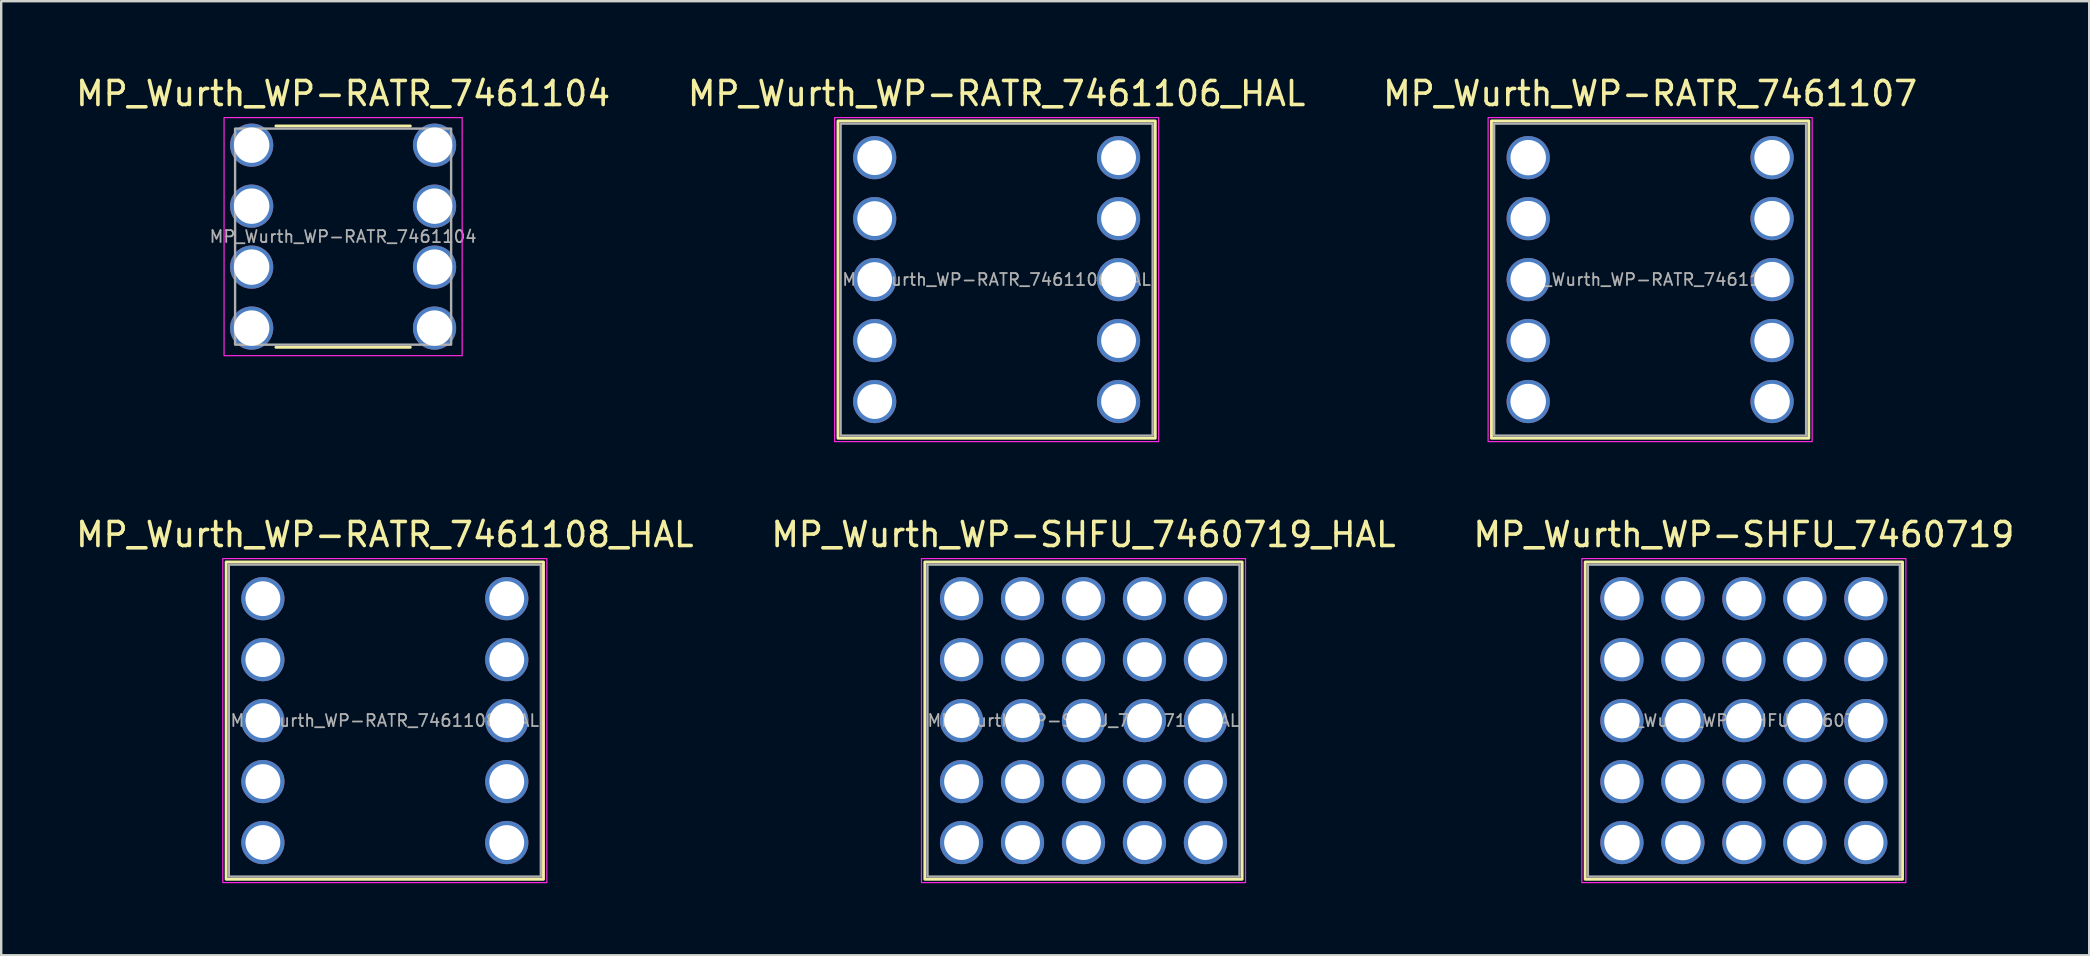
<source format=kicad_pcb>
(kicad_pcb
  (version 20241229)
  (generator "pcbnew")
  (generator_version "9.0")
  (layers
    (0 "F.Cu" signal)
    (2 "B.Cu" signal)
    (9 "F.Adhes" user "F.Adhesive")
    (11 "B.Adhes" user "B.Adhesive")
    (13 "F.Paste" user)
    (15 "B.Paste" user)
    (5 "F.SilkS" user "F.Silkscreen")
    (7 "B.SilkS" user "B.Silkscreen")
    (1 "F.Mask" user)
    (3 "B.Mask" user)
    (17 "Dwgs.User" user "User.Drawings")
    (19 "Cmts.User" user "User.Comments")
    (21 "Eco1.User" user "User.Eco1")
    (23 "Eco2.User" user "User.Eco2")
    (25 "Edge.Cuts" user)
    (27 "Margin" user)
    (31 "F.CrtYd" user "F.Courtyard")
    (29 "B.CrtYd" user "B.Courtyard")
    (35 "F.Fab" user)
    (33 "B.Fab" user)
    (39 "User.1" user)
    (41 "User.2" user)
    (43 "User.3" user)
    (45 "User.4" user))
  (footprint "MP_Wurth_WP-RATR_7461104"
    (layer "F.Cu")
    (at 11.244 6.808)
    (property "Reference" "MP_Wurth_WP-RATR_7461104" (at 0 -5.96 0) (unlocked yes) (layer "F.SilkS") (effects (font (size 1 1) (thickness 0.15))))
    (attr through_hole)
    (fp_line (start -2.8 -4.61) (end 2.8 -4.61) (stroke (width 0.12) (type solid)) (layer "F.SilkS"))
    (fp_line (start -2.8 4.61) (end 2.8 4.61) (stroke (width 0.12) (type solid)) (layer "F.SilkS"))
    (fp_rect (start -4.96 -4.96) (end 4.96 4.96) (stroke (width 0.05) (type solid)) (fill no) (layer "F.CrtYd"))
    (fp_rect (start -4.5 -4.5) (end 4.5 4.5) (stroke (width 0.1) (type solid)) (fill no) (layer "F.Fab"))
    (fp_text user "${REFERENCE}" (at 0 0 0) (unlocked yes) (layer "F.Fab") (effects (font (size 0.5 0.5) (thickness 0.075))))
    (pad "1" thru_hole circle (at -3.81 -3.81) (size 1.8 1.8) (drill 1.475) (layers "*.Cu" "*.Mask"))
    (pad "1" thru_hole circle (at -3.81 -1.27) (size 1.8 1.8) (drill 1.475) (layers "*.Cu" "*.Mask"))
    (pad "1" thru_hole circle (at -3.81 1.27) (size 1.8 1.8) (drill 1.475) (layers "*.Cu" "*.Mask"))
    (pad "1" thru_hole circle (at -3.81 3.81) (size 1.8 1.8) (drill 1.475) (layers "*.Cu" "*.Mask"))
    (pad "1" thru_hole circle (at 3.81 -3.81) (size 1.8 1.8) (drill 1.475) (layers "*.Cu" "*.Mask"))
    (pad "1" thru_hole circle (at 3.81 -1.27) (size 1.8 1.8) (drill 1.475) (layers "*.Cu" "*.Mask"))
    (pad "1" thru_hole circle (at 3.81 1.27) (size 1.8 1.8) (drill 1.475) (layers "*.Cu" "*.Mask"))
    (pad "1" thru_hole circle (at 3.81 3.81) (size 1.8 1.8) (drill 1.475) (layers "*.Cu" "*.Mask")))
  (footprint "MP_Wurth_WP-RATR_7461107"
    (layer "F.Cu")
    (at 65.696 8.598)
    (property "Reference" "MP_Wurth_WP-RATR_7461107" (at 0 -7.75 0) (unlocked yes) (layer "F.SilkS") (effects (font (size 1 1) (thickness 0.15))))
    (attr through_hole)
    (fp_rect (start -6.61 -6.61) (end 6.61 6.61) (stroke (width 0.12) (type default)) (fill no) (layer "F.SilkS"))
    (fp_rect (start -6.75 -6.75) (end 6.75 6.75) (stroke (width 0.05) (type solid)) (fill no) (layer "F.CrtYd"))
    (fp_rect (start -6.5 -6.5) (end 6.5 6.5) (stroke (width 0.1) (type solid)) (fill no) (layer "F.Fab"))
    (fp_text user "${REFERENCE}" (at 0 0 0) (unlocked yes) (layer "F.Fab") (effects (font (size 0.5 0.5) (thickness 0.075))))
    (pad "1" thru_hole circle (at -5.08 -5.08) (size 1.8 1.8) (drill 1.475) (layers "*.Cu" "*.Mask"))
    (pad "1" thru_hole circle (at -5.08 -2.54) (size 1.8 1.8) (drill 1.475) (layers "*.Cu" "*.Mask"))
    (pad "1" thru_hole circle (at -5.08 0) (size 1.8 1.8) (drill 1.475) (layers "*.Cu" "*.Mask"))
    (pad "1" thru_hole circle (at -5.08 2.54) (size 1.8 1.8) (drill 1.475) (layers "*.Cu" "*.Mask"))
    (pad "1" thru_hole circle (at -5.08 5.08) (size 1.8 1.8) (drill 1.475) (layers "*.Cu" "*.Mask"))
    (pad "1" thru_hole circle (at 5.08 -5.08) (size 1.8 1.8) (drill 1.475) (layers "*.Cu" "*.Mask"))
    (pad "1" thru_hole circle (at 5.08 -2.54) (size 1.8 1.8) (drill 1.475) (layers "*.Cu" "*.Mask"))
    (pad "1" thru_hole circle (at 5.08 0) (size 1.8 1.8) (drill 1.475) (layers "*.Cu" "*.Mask"))
    (pad "1" thru_hole circle (at 5.08 2.54) (size 1.8 1.8) (drill 1.475) (layers "*.Cu" "*.Mask"))
    (pad "1" thru_hole circle (at 5.08 5.08) (size 1.8 1.8) (drill 1.475) (layers "*.Cu" "*.Mask")))
  (footprint "MP_Wurth_WP-SHFU_7460719"
    (layer "F.Cu")
    (at 69.601 26.971)
    (property "Reference" "MP_Wurth_WP-SHFU_7460719" (at 0 -7.75 0) (unlocked yes) (layer "F.SilkS") (effects (font (size 1 1) (thickness 0.15))))
    (attr through_hole)
    (fp_rect (start -6.61 -6.61) (end 6.61 6.61) (stroke (width 0.12) (type solid)) (fill no) (layer "F.SilkS"))
    (fp_rect (start -6.75 -6.75) (end 6.75 6.75) (stroke (width 0.05) (type solid)) (fill no) (layer "F.CrtYd"))
    (fp_rect (start -6.5 -6.5) (end 6.5 6.5) (stroke (width 0.1) (type solid)) (fill no) (layer "F.Fab"))
    (fp_text user "${REFERENCE}" (at 0 0 0) (unlocked yes) (layer "F.Fab") (effects (font (size 0.5 0.5) (thickness 0.075))))
    (pad "1" thru_hole circle (at -5.08 -5.08) (size 1.8 1.8) (drill 1.475) (layers "*.Cu" "*.Mask"))
    (pad "1" thru_hole circle (at -5.08 -2.54) (size 1.8 1.8) (drill 1.475) (layers "*.Cu" "*.Mask"))
    (pad "1" thru_hole circle (at -5.08 0) (size 1.8 1.8) (drill 1.475) (layers "*.Cu" "*.Mask"))
    (pad "1" thru_hole circle (at -5.08 2.54) (size 1.8 1.8) (drill 1.475) (layers "*.Cu" "*.Mask"))
    (pad "1" thru_hole circle (at -5.08 5.08) (size 1.8 1.8) (drill 1.475) (layers "*.Cu" "*.Mask"))
    (pad "1" thru_hole circle (at -2.54 -5.08) (size 1.8 1.8) (drill 1.475) (layers "*.Cu" "*.Mask"))
    (pad "1" thru_hole circle (at -2.54 -2.54) (size 1.8 1.8) (drill 1.475) (layers "*.Cu" "*.Mask"))
    (pad "1" thru_hole circle (at -2.54 0) (size 1.8 1.8) (drill 1.475) (layers "*.Cu" "*.Mask"))
    (pad "1" thru_hole circle (at -2.54 2.54) (size 1.8 1.8) (drill 1.475) (layers "*.Cu" "*.Mask"))
    (pad "1" thru_hole circle (at -2.54 5.08) (size 1.8 1.8) (drill 1.475) (layers "*.Cu" "*.Mask"))
    (pad "1" thru_hole circle (at 0 -5.08) (size 1.8 1.8) (drill 1.475) (layers "*.Cu" "*.Mask"))
    (pad "1" thru_hole circle (at 0 -2.54) (size 1.8 1.8) (drill 1.475) (layers "*.Cu" "*.Mask"))
    (pad "1" thru_hole circle (at 0 0) (size 1.8 1.8) (drill 1.475) (layers "*.Cu" "*.Mask"))
    (pad "1" thru_hole circle (at 0 2.54) (size 1.8 1.8) (drill 1.475) (layers "*.Cu" "*.Mask"))
    (pad "1" thru_hole circle (at 0 5.08) (size 1.8 1.8) (drill 1.475) (layers "*.Cu" "*.Mask"))
    (pad "1" thru_hole circle (at 2.54 -5.08) (size 1.8 1.8) (drill 1.475) (layers "*.Cu" "*.Mask"))
    (pad "1" thru_hole circle (at 2.54 -2.54) (size 1.8 1.8) (drill 1.475) (layers "*.Cu" "*.Mask"))
    (pad "1" thru_hole circle (at 2.54 0) (size 1.8 1.8) (drill 1.475) (layers "*.Cu" "*.Mask"))
    (pad "1" thru_hole circle (at 2.54 2.54) (size 1.8 1.8) (drill 1.475) (layers "*.Cu" "*.Mask"))
    (pad "1" thru_hole circle (at 2.54 5.08) (size 1.8 1.8) (drill 1.475) (layers "*.Cu" "*.Mask"))
    (pad "1" thru_hole circle (at 5.08 -5.08) (size 1.8 1.8) (drill 1.475) (layers "*.Cu" "*.Mask"))
    (pad "1" thru_hole circle (at 5.08 -2.54) (size 1.8 1.8) (drill 1.475) (layers "*.Cu" "*.Mask"))
    (pad "1" thru_hole circle (at 5.08 0) (size 1.8 1.8) (drill 1.475) (layers "*.Cu" "*.Mask"))
    (pad "1" thru_hole circle (at 5.08 2.54) (size 1.8 1.8) (drill 1.475) (layers "*.Cu" "*.Mask"))
    (pad "1" thru_hole circle (at 5.08 5.08) (size 1.8 1.8) (drill 1.475) (layers "*.Cu" "*.Mask")))
  (footprint "MP_Wurth_WP-SHFU_7460719_HAL"
    (layer "F.Cu")
    (at 42.089 26.971)
    (property "Reference" "MP_Wurth_WP-SHFU_7460719_HAL" (at 0 -7.75 0) (unlocked yes) (layer "F.SilkS") (effects (font (size 1 1) (thickness 0.15))))
    (attr through_hole)
    (fp_rect (start -6.61 -6.61) (end 6.61 6.61) (stroke (width 0.12) (type solid)) (fill no) (layer "F.SilkS"))
    (fp_rect (start -6.75 -6.75) (end 6.75 6.75) (stroke (width 0.05) (type solid)) (fill no) (layer "F.CrtYd"))
    (fp_rect (start -6.5 -6.5) (end 6.5 6.5) (stroke (width 0.1) (type solid)) (fill no) (layer "F.Fab"))
    (fp_text user "${REFERENCE}" (at 0 0 0) (unlocked yes) (layer "F.Fab") (effects (font (size 0.5 0.5) (thickness 0.075))))
    (pad "1" thru_hole circle (at -5.08 -5.08) (size 1.8 1.8) (drill 1.45) (layers "*.Cu" "*.Mask"))
    (pad "1" thru_hole circle (at -5.08 -2.54) (size 1.8 1.8) (drill 1.45) (layers "*.Cu" "*.Mask"))
    (pad "1" thru_hole circle (at -5.08 0) (size 1.8 1.8) (drill 1.45) (layers "*.Cu" "*.Mask"))
    (pad "1" thru_hole circle (at -5.08 2.54) (size 1.8 1.8) (drill 1.45) (layers "*.Cu" "*.Mask"))
    (pad "1" thru_hole circle (at -5.08 5.08) (size 1.8 1.8) (drill 1.45) (layers "*.Cu" "*.Mask"))
    (pad "1" thru_hole circle (at -2.54 -5.08) (size 1.8 1.8) (drill 1.45) (layers "*.Cu" "*.Mask"))
    (pad "1" thru_hole circle (at -2.54 -2.54) (size 1.8 1.8) (drill 1.45) (layers "*.Cu" "*.Mask"))
    (pad "1" thru_hole circle (at -2.54 0) (size 1.8 1.8) (drill 1.45) (layers "*.Cu" "*.Mask"))
    (pad "1" thru_hole circle (at -2.54 2.54) (size 1.8 1.8) (drill 1.45) (layers "*.Cu" "*.Mask"))
    (pad "1" thru_hole circle (at -2.54 5.08) (size 1.8 1.8) (drill 1.45) (layers "*.Cu" "*.Mask"))
    (pad "1" thru_hole circle (at 0 -5.08) (size 1.8 1.8) (drill 1.45) (layers "*.Cu" "*.Mask"))
    (pad "1" thru_hole circle (at 0 -2.54) (size 1.8 1.8) (drill 1.45) (layers "*.Cu" "*.Mask"))
    (pad "1" thru_hole circle (at 0 0) (size 1.8 1.8) (drill 1.45) (layers "*.Cu" "*.Mask"))
    (pad "1" thru_hole circle (at 0 2.54) (size 1.8 1.8) (drill 1.45) (layers "*.Cu" "*.Mask"))
    (pad "1" thru_hole circle (at 0 5.08) (size 1.8 1.8) (drill 1.45) (layers "*.Cu" "*.Mask"))
    (pad "1" thru_hole circle (at 2.54 -5.08) (size 1.8 1.8) (drill 1.45) (layers "*.Cu" "*.Mask"))
    (pad "1" thru_hole circle (at 2.54 -2.54) (size 1.8 1.8) (drill 1.45) (layers "*.Cu" "*.Mask"))
    (pad "1" thru_hole circle (at 2.54 0) (size 1.8 1.8) (drill 1.45) (layers "*.Cu" "*.Mask"))
    (pad "1" thru_hole circle (at 2.54 2.54) (size 1.8 1.8) (drill 1.45) (layers "*.Cu" "*.Mask"))
    (pad "1" thru_hole circle (at 2.54 5.08) (size 1.8 1.8) (drill 1.45) (layers "*.Cu" "*.Mask"))
    (pad "1" thru_hole circle (at 5.08 -5.08) (size 1.8 1.8) (drill 1.45) (layers "*.Cu" "*.Mask"))
    (pad "1" thru_hole circle (at 5.08 -2.54) (size 1.8 1.8) (drill 1.45) (layers "*.Cu" "*.Mask"))
    (pad "1" thru_hole circle (at 5.08 0) (size 1.8 1.8) (drill 1.45) (layers "*.Cu" "*.Mask"))
    (pad "1" thru_hole circle (at 5.08 2.54) (size 1.8 1.8) (drill 1.45) (layers "*.Cu" "*.Mask"))
    (pad "1" thru_hole circle (at 5.08 5.08) (size 1.8 1.8) (drill 1.45) (layers "*.Cu" "*.Mask")))
  (footprint "MP_Wurth_WP-RATR_7461108_HAL"
    (layer "F.Cu")
    (at 12.982 26.971)
    (property "Reference" "MP_Wurth_WP-RATR_7461108_HAL" (at 0 -7.75 0) (unlocked yes) (layer "F.SilkS") (effects (font (size 1 1) (thickness 0.15))))
    (attr through_hole)
    (fp_rect (start -6.61 -6.61) (end 6.61 6.61) (stroke (width 0.12) (type default)) (fill no) (layer "F.SilkS"))
    (fp_rect (start -6.75 -6.75) (end 6.75 6.75) (stroke (width 0.05) (type solid)) (fill no) (layer "F.CrtYd"))
    (fp_rect (start -6.5 -6.5) (end 6.5 6.5) (stroke (width 0.1) (type solid)) (fill no) (layer "F.Fab"))
    (fp_text user "${REFERENCE}" (at 0 0 0) (unlocked yes) (layer "F.Fab") (effects (font (size 0.5 0.5) (thickness 0.075))))
    (pad "1" thru_hole circle (at -5.08 -5.08) (size 1.8 1.8) (drill 1.45) (layers "*.Cu" "*.Mask"))
    (pad "1" thru_hole circle (at -5.08 -2.54) (size 1.8 1.8) (drill 1.45) (layers "*.Cu" "*.Mask"))
    (pad "1" thru_hole circle (at -5.08 0) (size 1.8 1.8) (drill 1.45) (layers "*.Cu" "*.Mask"))
    (pad "1" thru_hole circle (at -5.08 2.54) (size 1.8 1.8) (drill 1.45) (layers "*.Cu" "*.Mask"))
    (pad "1" thru_hole circle (at -5.08 5.08) (size 1.8 1.8) (drill 1.45) (layers "*.Cu" "*.Mask"))
    (pad "1" thru_hole circle (at 5.08 -5.08) (size 1.8 1.8) (drill 1.45) (layers "*.Cu" "*.Mask"))
    (pad "1" thru_hole circle (at 5.08 -2.54) (size 1.8 1.8) (drill 1.45) (layers "*.Cu" "*.Mask"))
    (pad "1" thru_hole circle (at 5.08 0) (size 1.8 1.8) (drill 1.45) (layers "*.Cu" "*.Mask"))
    (pad "1" thru_hole circle (at 5.08 2.54) (size 1.8 1.8) (drill 1.45) (layers "*.Cu" "*.Mask"))
    (pad "1" thru_hole circle (at 5.08 5.08) (size 1.8 1.8) (drill 1.45) (layers "*.Cu" "*.Mask")))
  (footprint "MP_Wurth_WP-RATR_7461106_HAL"
    (layer "F.Cu")
    (at 38.47 8.598)
    (property "Reference" "MP_Wurth_WP-RATR_7461106_HAL" (at 0 -7.75 0) (unlocked yes) (layer "F.SilkS") (effects (font (size 1 1) (thickness 0.15))))
    (attr through_hole)
    (fp_rect (start -6.61 -6.61) (end 6.61 6.61) (stroke (width 0.12) (type default)) (fill no) (layer "F.SilkS"))
    (fp_rect (start -6.75 -6.75) (end 6.75 6.75) (stroke (width 0.05) (type solid)) (fill no) (layer "F.CrtYd"))
    (fp_rect (start -6.5 -6.5) (end 6.5 6.5) (stroke (width 0.1) (type solid)) (fill no) (layer "F.Fab"))
    (fp_text user "${REFERENCE}" (at 0 0 0) (unlocked yes) (layer "F.Fab") (effects (font (size 0.5 0.5) (thickness 0.075))))
    (pad "1" thru_hole circle (at -5.08 -5.08) (size 1.8 1.8) (drill 1.45) (layers "*.Cu" "*.Mask"))
    (pad "1" thru_hole circle (at -5.08 -2.54) (size 1.8 1.8) (drill 1.45) (layers "*.Cu" "*.Mask"))
    (pad "1" thru_hole circle (at -5.08 0) (size 1.8 1.8) (drill 1.45) (layers "*.Cu" "*.Mask"))
    (pad "1" thru_hole circle (at -5.08 2.54) (size 1.8 1.8) (drill 1.45) (layers "*.Cu" "*.Mask"))
    (pad "1" thru_hole circle (at -5.08 5.08) (size 1.8 1.8) (drill 1.45) (layers "*.Cu" "*.Mask"))
    (pad "1" thru_hole circle (at 5.08 -5.08) (size 1.8 1.8) (drill 1.45) (layers "*.Cu" "*.Mask"))
    (pad "1" thru_hole circle (at 5.08 -2.54) (size 1.8 1.8) (drill 1.45) (layers "*.Cu" "*.Mask"))
    (pad "1" thru_hole circle (at 5.08 0) (size 1.8 1.8) (drill 1.45) (layers "*.Cu" "*.Mask"))
    (pad "1" thru_hole circle (at 5.08 2.54) (size 1.8 1.8) (drill 1.45) (layers "*.Cu" "*.Mask"))
    (pad "1" thru_hole circle (at 5.08 5.08) (size 1.8 1.8) (drill 1.45) (layers "*.Cu" "*.Mask")))
  (gr_rect
    (start -3 -3)
    (end 83.988 36.746)
    (stroke (width 0.1) (type default))
    (fill no)
    (layer "Edge.Cuts")))
</source>
